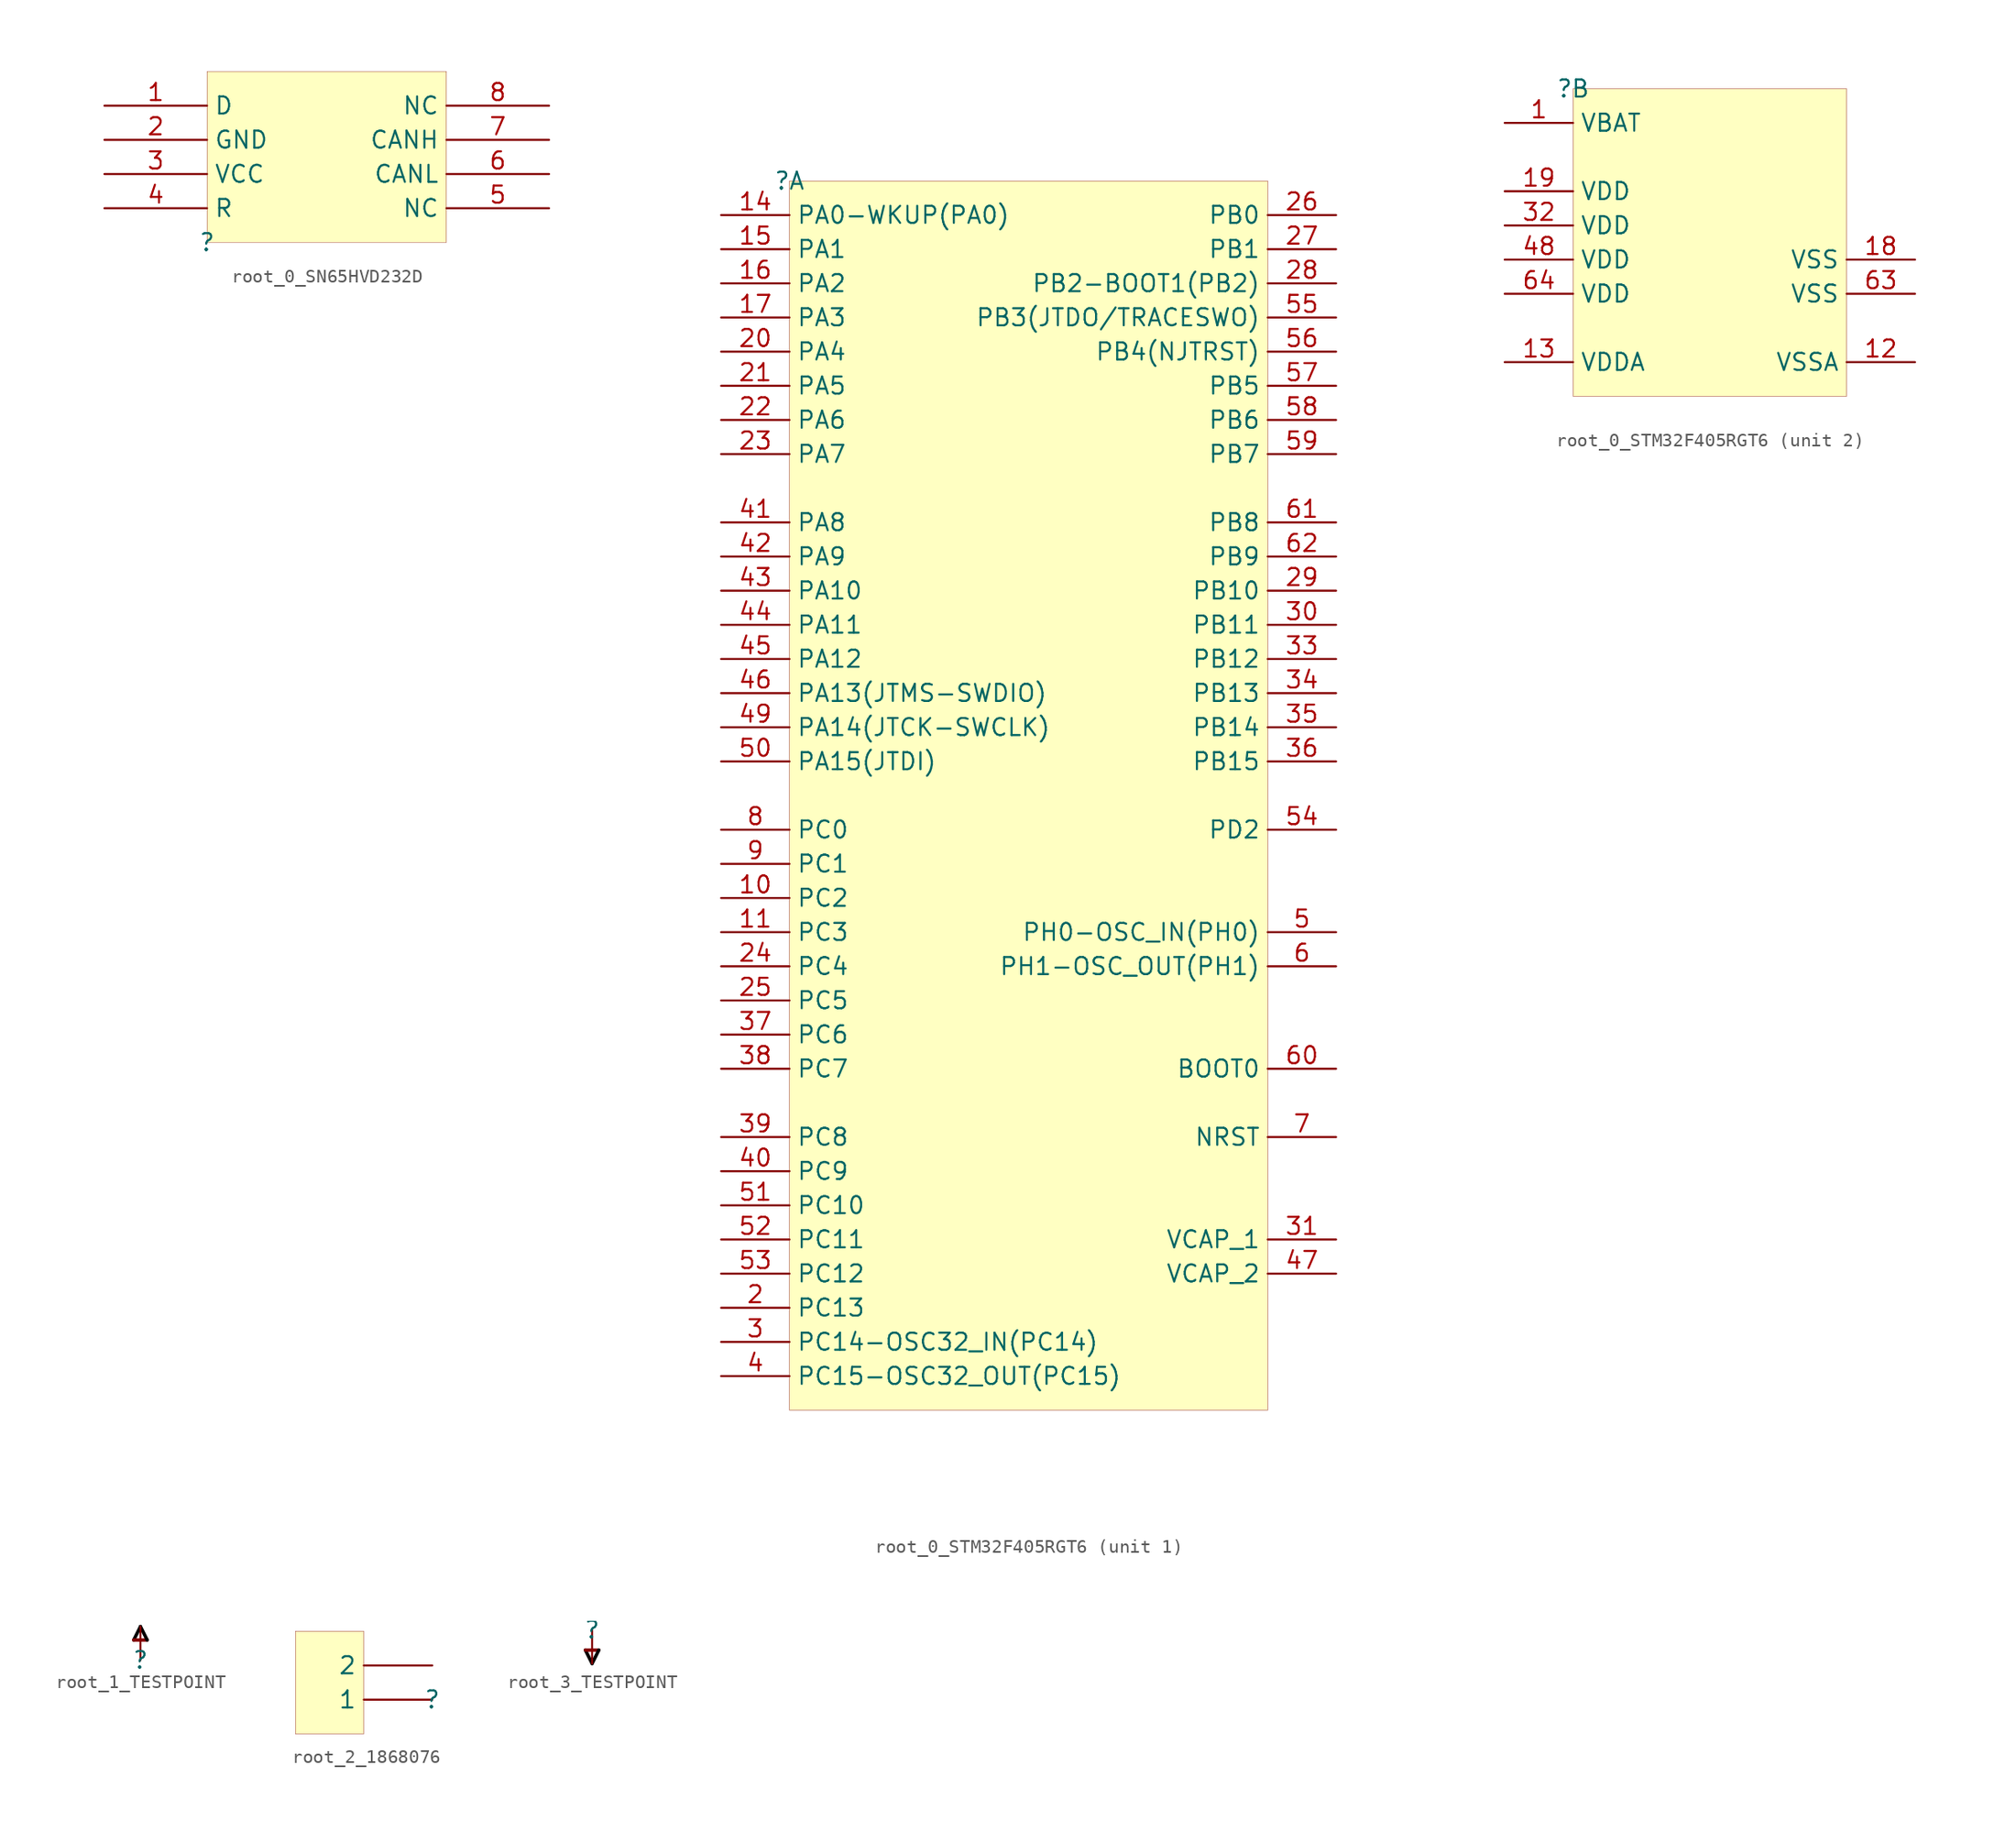
<source format=kicad_sym>
(kicad_symbol_lib
  (version 20231120)
  (generator "kicad_symbol_editor")
  (generator_version "8.0")
  (symbol "root_0_SN65HVD232D"
    (property "Reference" ""
      (at 0 0 0)
      (effects (font (size 1.27 1.27))))
    (property "Value" ""
      (at 0 0 0)
      (effects (font (size 1.27 1.27))))
    (symbol "root_0_SN65HVD232D_1_0"
      (rectangle (start 17.78 12.7) (end 0 0) (stroke (width 0.025) (type solid) (color 128 0 0 1)) (fill (type background)))
      (pin passive line (at -7.62 10.16 0) (length 7.62) (name "D" (effects (font (size 1.27 1.27)))) (number "1" (effects (font (size 1.27 1.27)))))
      (pin passive line (at -7.62 7.62 0) (length 7.62) (name "GND" (effects (font (size 1.27 1.27)))) (number "2" (effects (font (size 1.27 1.27)))))
      (pin passive line (at -7.62 5.08 0) (length 7.62) (name "VCC" (effects (font (size 1.27 1.27)))) (number "3" (effects (font (size 1.27 1.27)))))
      (pin passive line (at -7.62 2.54 0) (length 7.62) (name "R" (effects (font (size 1.27 1.27)))) (number "4" (effects (font (size 1.27 1.27)))))
      (pin passive line (at 25.4 2.54 180) (length 7.62) (name "NC" (effects (font (size 1.27 1.27)))) (number "5" (effects (font (size 1.27 1.27)))))
      (pin passive line (at 25.4 5.08 180) (length 7.62) (name "CANL" (effects (font (size 1.27 1.27)))) (number "6" (effects (font (size 1.27 1.27)))))
      (pin passive line (at 25.4 7.62 180) (length 7.62) (name "CANH" (effects (font (size 1.27 1.27)))) (number "7" (effects (font (size 1.27 1.27)))))
      (pin passive line (at 25.4 10.16 180) (length 7.62) (name "NC" (effects (font (size 1.27 1.27)))) (number "8" (effects (font (size 1.27 1.27)))))))
  (symbol "root_0_STM32F405RGT6"
    (property "Reference" ""
      (at 0 0 0)
      (effects (font (size 1.27 1.27))))
    (property "Value" ""
      (at 0 0 0)
      (effects (font (size 1.27 1.27))))
    (symbol "root_0_STM32F405RGT6_1_0"
      (rectangle (start 35.56 0) (end 0 -91.44) (stroke (width 0.025) (type solid) (color 128 0 0 1)) (fill (type background)))
      (pin bidirectional line (at -5.08 -53.34 0) (length 5.08) (name "PC2" (effects (font (size 1.27 1.27)))) (number "10" (effects (font (size 1.27 1.27)))))
      (pin bidirectional line (at -5.08 -55.88 0) (length 5.08) (name "PC3" (effects (font (size 1.27 1.27)))) (number "11" (effects (font (size 1.27 1.27)))))
      (pin bidirectional line (at -5.08 -2.54 0) (length 5.08) (name "PA0-WKUP(PA0)" (effects (font (size 1.27 1.27)))) (number "14" (effects (font (size 1.27 1.27)))))
      (pin bidirectional line (at -5.08 -5.08 0) (length 5.08) (name "PA1" (effects (font (size 1.27 1.27)))) (number "15" (effects (font (size 1.27 1.27)))))
      (pin bidirectional line (at -5.08 -7.62 0) (length 5.08) (name "PA2" (effects (font (size 1.27 1.27)))) (number "16" (effects (font (size 1.27 1.27)))))
      (pin bidirectional line (at -5.08 -10.16 0) (length 5.08) (name "PA3" (effects (font (size 1.27 1.27)))) (number "17" (effects (font (size 1.27 1.27)))))
      (pin bidirectional line (at -5.08 -83.82 0) (length 5.08) (name "PC13" (effects (font (size 1.27 1.27)))) (number "2" (effects (font (size 1.27 1.27)))))
      (pin bidirectional line (at -5.08 -12.7 0) (length 5.08) (name "PA4" (effects (font (size 1.27 1.27)))) (number "20" (effects (font (size 1.27 1.27)))))
      (pin bidirectional line (at -5.08 -15.24 0) (length 5.08) (name "PA5" (effects (font (size 1.27 1.27)))) (number "21" (effects (font (size 1.27 1.27)))))
      (pin bidirectional line (at -5.08 -17.78 0) (length 5.08) (name "PA6" (effects (font (size 1.27 1.27)))) (number "22" (effects (font (size 1.27 1.27)))))
      (pin bidirectional line (at -5.08 -20.32 0) (length 5.08) (name "PA7" (effects (font (size 1.27 1.27)))) (number "23" (effects (font (size 1.27 1.27)))))
      (pin bidirectional line (at -5.08 -58.42 0) (length 5.08) (name "PC4" (effects (font (size 1.27 1.27)))) (number "24" (effects (font (size 1.27 1.27)))))
      (pin bidirectional line (at -5.08 -60.96 0) (length 5.08) (name "PC5" (effects (font (size 1.27 1.27)))) (number "25" (effects (font (size 1.27 1.27)))))
      (pin bidirectional line (at 40.64 -2.54 180) (length 5.08) (name "PB0" (effects (font (size 1.27 1.27)))) (number "26" (effects (font (size 1.27 1.27)))))
      (pin bidirectional line (at 40.64 -5.08 180) (length 5.08) (name "PB1" (effects (font (size 1.27 1.27)))) (number "27" (effects (font (size 1.27 1.27)))))
      (pin bidirectional line (at 40.64 -7.62 180) (length 5.08) (name "PB2-BOOT1(PB2)" (effects (font (size 1.27 1.27)))) (number "28" (effects (font (size 1.27 1.27)))))
      (pin bidirectional line (at 40.64 -30.48 180) (length 5.08) (name "PB10" (effects (font (size 1.27 1.27)))) (number "29" (effects (font (size 1.27 1.27)))))
      (pin bidirectional line (at -5.08 -86.36 0) (length 5.08) (name "PC14-OSC32_IN(PC14)" (effects (font (size 1.27 1.27)))) (number "3" (effects (font (size 1.27 1.27)))))
      (pin bidirectional line (at 40.64 -33.02 180) (length 5.08) (name "PB11" (effects (font (size 1.27 1.27)))) (number "30" (effects (font (size 1.27 1.27)))))
      (pin power_in line (at 40.64 -78.74 180) (length 5.08) (name "VCAP_1" (effects (font (size 1.27 1.27)))) (number "31" (effects (font (size 1.27 1.27)))))
      (pin bidirectional line (at 40.64 -35.56 180) (length 5.08) (name "PB12" (effects (font (size 1.27 1.27)))) (number "33" (effects (font (size 1.27 1.27)))))
      (pin bidirectional line (at 40.64 -38.1 180) (length 5.08) (name "PB13" (effects (font (size 1.27 1.27)))) (number "34" (effects (font (size 1.27 1.27)))))
      (pin bidirectional line (at 40.64 -40.64 180) (length 5.08) (name "PB14" (effects (font (size 1.27 1.27)))) (number "35" (effects (font (size 1.27 1.27)))))
      (pin bidirectional line (at 40.64 -43.18 180) (length 5.08) (name "PB15" (effects (font (size 1.27 1.27)))) (number "36" (effects (font (size 1.27 1.27)))))
      (pin bidirectional line (at -5.08 -63.5 0) (length 5.08) (name "PC6" (effects (font (size 1.27 1.27)))) (number "37" (effects (font (size 1.27 1.27)))))
      (pin bidirectional line (at -5.08 -66.04 0) (length 5.08) (name "PC7" (effects (font (size 1.27 1.27)))) (number "38" (effects (font (size 1.27 1.27)))))
      (pin bidirectional line (at -5.08 -71.12 0) (length 5.08) (name "PC8" (effects (font (size 1.27 1.27)))) (number "39" (effects (font (size 1.27 1.27)))))
      (pin bidirectional line (at -5.08 -88.9 0) (length 5.08) (name "PC15-OSC32_OUT(PC15)" (effects (font (size 1.27 1.27)))) (number "4" (effects (font (size 1.27 1.27)))))
      (pin bidirectional line (at -5.08 -73.66 0) (length 5.08) (name "PC9" (effects (font (size 1.27 1.27)))) (number "40" (effects (font (size 1.27 1.27)))))
      (pin bidirectional line (at -5.08 -25.4 0) (length 5.08) (name "PA8" (effects (font (size 1.27 1.27)))) (number "41" (effects (font (size 1.27 1.27)))))
      (pin bidirectional line (at -5.08 -27.94 0) (length 5.08) (name "PA9" (effects (font (size 1.27 1.27)))) (number "42" (effects (font (size 1.27 1.27)))))
      (pin bidirectional line (at -5.08 -30.48 0) (length 5.08) (name "PA10" (effects (font (size 1.27 1.27)))) (number "43" (effects (font (size 1.27 1.27)))))
      (pin bidirectional line (at -5.08 -33.02 0) (length 5.08) (name "PA11" (effects (font (size 1.27 1.27)))) (number "44" (effects (font (size 1.27 1.27)))))
      (pin bidirectional line (at -5.08 -35.56 0) (length 5.08) (name "PA12" (effects (font (size 1.27 1.27)))) (number "45" (effects (font (size 1.27 1.27)))))
      (pin bidirectional line (at -5.08 -38.1 0) (length 5.08) (name "PA13(JTMS-SWDIO)" (effects (font (size 1.27 1.27)))) (number "46" (effects (font (size 1.27 1.27)))))
      (pin power_in line (at 40.64 -81.28 180) (length 5.08) (name "VCAP_2" (effects (font (size 1.27 1.27)))) (number "47" (effects (font (size 1.27 1.27)))))
      (pin bidirectional line (at -5.08 -40.64 0) (length 5.08) (name "PA14(JTCK-SWCLK)" (effects (font (size 1.27 1.27)))) (number "49" (effects (font (size 1.27 1.27)))))
      (pin bidirectional line (at 40.64 -55.88 180) (length 5.08) (name "PH0-OSC_IN(PH0)" (effects (font (size 1.27 1.27)))) (number "5" (effects (font (size 1.27 1.27)))))
      (pin bidirectional line (at -5.08 -43.18 0) (length 5.08) (name "PA15(JTDI)" (effects (font (size 1.27 1.27)))) (number "50" (effects (font (size 1.27 1.27)))))
      (pin bidirectional line (at -5.08 -76.2 0) (length 5.08) (name "PC10" (effects (font (size 1.27 1.27)))) (number "51" (effects (font (size 1.27 1.27)))))
      (pin bidirectional line (at -5.08 -78.74 0) (length 5.08) (name "PC11" (effects (font (size 1.27 1.27)))) (number "52" (effects (font (size 1.27 1.27)))))
      (pin bidirectional line (at -5.08 -81.28 0) (length 5.08) (name "PC12" (effects (font (size 1.27 1.27)))) (number "53" (effects (font (size 1.27 1.27)))))
      (pin bidirectional line (at 40.64 -48.26 180) (length 5.08) (name "PD2" (effects (font (size 1.27 1.27)))) (number "54" (effects (font (size 1.27 1.27)))))
      (pin bidirectional line (at 40.64 -10.16 180) (length 5.08) (name "PB3(JTDO/TRACESWO)" (effects (font (size 1.27 1.27)))) (number "55" (effects (font (size 1.27 1.27)))))
      (pin bidirectional line (at 40.64 -12.7 180) (length 5.08) (name "PB4(NJTRST)" (effects (font (size 1.27 1.27)))) (number "56" (effects (font (size 1.27 1.27)))))
      (pin bidirectional line (at 40.64 -15.24 180) (length 5.08) (name "PB5" (effects (font (size 1.27 1.27)))) (number "57" (effects (font (size 1.27 1.27)))))
      (pin bidirectional line (at 40.64 -17.78 180) (length 5.08) (name "PB6" (effects (font (size 1.27 1.27)))) (number "58" (effects (font (size 1.27 1.27)))))
      (pin bidirectional line (at 40.64 -20.32 180) (length 5.08) (name "PB7" (effects (font (size 1.27 1.27)))) (number "59" (effects (font (size 1.27 1.27)))))
      (pin bidirectional line (at 40.64 -58.42 180) (length 5.08) (name "PH1-OSC_OUT(PH1)" (effects (font (size 1.27 1.27)))) (number "6" (effects (font (size 1.27 1.27)))))
      (pin input line (at 40.64 -66.04 180) (length 5.08) (name "BOOT0" (effects (font (size 1.27 1.27)))) (number "60" (effects (font (size 1.27 1.27)))))
      (pin bidirectional line (at 40.64 -25.4 180) (length 5.08) (name "PB8" (effects (font (size 1.27 1.27)))) (number "61" (effects (font (size 1.27 1.27)))))
      (pin bidirectional line (at 40.64 -27.94 180) (length 5.08) (name "PB9" (effects (font (size 1.27 1.27)))) (number "62" (effects (font (size 1.27 1.27)))))
      (pin bidirectional line (at 40.64 -71.12 180) (length 5.08) (name "NRST" (effects (font (size 1.27 1.27)))) (number "7" (effects (font (size 1.27 1.27)))))
      (pin bidirectional line (at -5.08 -48.26 0) (length 5.08) (name "PC0" (effects (font (size 1.27 1.27)))) (number "8" (effects (font (size 1.27 1.27)))))
      (pin bidirectional line (at -5.08 -50.8 0) (length 5.08) (name "PC1" (effects (font (size 1.27 1.27)))) (number "9" (effects (font (size 1.27 1.27))))))
    (symbol "root_0_STM32F405RGT6_2_0"
      (rectangle (start 20.32 0) (end 0 -22.86) (stroke (width 0.025) (type solid) (color 128 0 0 1)) (fill (type background)))
      (pin power_in line (at -5.08 -2.54 0) (length 5.08) (name "VBAT" (effects (font (size 1.27 1.27)))) (number "1" (effects (font (size 1.27 1.27)))))
      (pin power_in line (at 25.4 -20.32 180) (length 5.08) (name "VSSA" (effects (font (size 1.27 1.27)))) (number "12" (effects (font (size 1.27 1.27)))))
      (pin power_in line (at -5.08 -20.32 0) (length 5.08) (name "VDDA" (effects (font (size 1.27 1.27)))) (number "13" (effects (font (size 1.27 1.27)))))
      (pin power_in line (at 25.4 -12.7 180) (length 5.08) (name "VSS" (effects (font (size 1.27 1.27)))) (number "18" (effects (font (size 1.27 1.27)))))
      (pin power_in line (at -5.08 -7.62 0) (length 5.08) (name "VDD" (effects (font (size 1.27 1.27)))) (number "19" (effects (font (size 1.27 1.27)))))
      (pin power_in line (at -5.08 -10.16 0) (length 5.08) (name "VDD" (effects (font (size 1.27 1.27)))) (number "32" (effects (font (size 1.27 1.27)))))
      (pin power_in line (at -5.08 -12.7 0) (length 5.08) (name "VDD" (effects (font (size 1.27 1.27)))) (number "48" (effects (font (size 1.27 1.27)))))
      (pin power_in line (at 25.4 -15.24 180) (length 5.08) (name "VSS" (effects (font (size 1.27 1.27)))) (number "63" (effects (font (size 1.27 1.27)))))
      (pin power_in line (at -5.08 -15.24 0) (length 5.08) (name "VDD" (effects (font (size 1.27 1.27)))) (number "64" (effects (font (size 1.27 1.27)))))))
  (symbol "root_1_TESTPOINT"
    (property "Reference" ""
      (at 0 0 0)
      (effects (font (size 1.27 1.27))))
    (property "Value" ""
      (at 0 0 0)
      (effects (font (size 1.27 1.27))))
    (symbol "root_1_TESTPOINT_1_0"
      (polyline (pts (xy -0.508 1.524) (xy 0 2.54)) (stroke (width 0.254) (type solid) (color 0 0 0 1)) (fill (type none)))
      (polyline (pts (xy -0.508 1.524) (xy 0.508 1.524)) (stroke (width 0.254) (type solid)) (fill (type none)))
      (polyline (pts (xy 0 2.54) (xy 0.508 1.524)) (stroke (width 0.254) (type solid) (color 0 0 0 1)) (fill (type none)))
      (pin passive line (at 0 0 90) (length 2.54) (name "" (effects (font (size 0 0)))) (number "1" (effects (font (size 0 0)))))))
  (symbol "root_2_1868076"
    (property "Reference" ""
      (at 0 0 0)
      (effects (font (size 1.27 1.27))))
    (property "Value" ""
      (at 0 0 0)
      (effects (font (size 1.27 1.27))))
    (symbol "root_2_1868076_1_0"
      (rectangle (start -5.08 5.08) (end -10.16 -2.54) (stroke (width 0.025) (type solid) (color 128 0 0 1)) (fill (type background)))
      (pin passive line (at 0 0 180) (length 5.08) (name "1" (effects (font (size 1.27 1.27)))) (number "1" (effects (font (size 0 0)))))
      (pin passive line (at 0 2.54 180) (length 5.08) (name "2" (effects (font (size 1.27 1.27)))) (number "2" (effects (font (size 0 0)))))))
  (symbol "root_3_TESTPOINT"
    (property "Reference" ""
      (at 0 0 0)
      (effects (font (size 1.27 1.27))))
    (property "Value" ""
      (at 0 0 0)
      (effects (font (size 1.27 1.27))))
    (symbol "root_3_TESTPOINT_1_0"
      (polyline (pts (xy 0 -2.54) (xy -0.508 -1.524)) (stroke (width 0.254) (type solid) (color 0 0 0 1)) (fill (type none)))
      (polyline (pts (xy 0.508 -1.524) (xy -0.508 -1.524)) (stroke (width 0.254) (type solid)) (fill (type none)))
      (polyline (pts (xy 0.508 -1.524) (xy 0 -2.54)) (stroke (width 0.254) (type solid) (color 0 0 0 1)) (fill (type none)))
      (pin passive line (at 0 0 270) (length 2.54) (name "" (effects (font (size 0 0)))) (number "1" (effects (font (size 0 0))))))))
</source>
